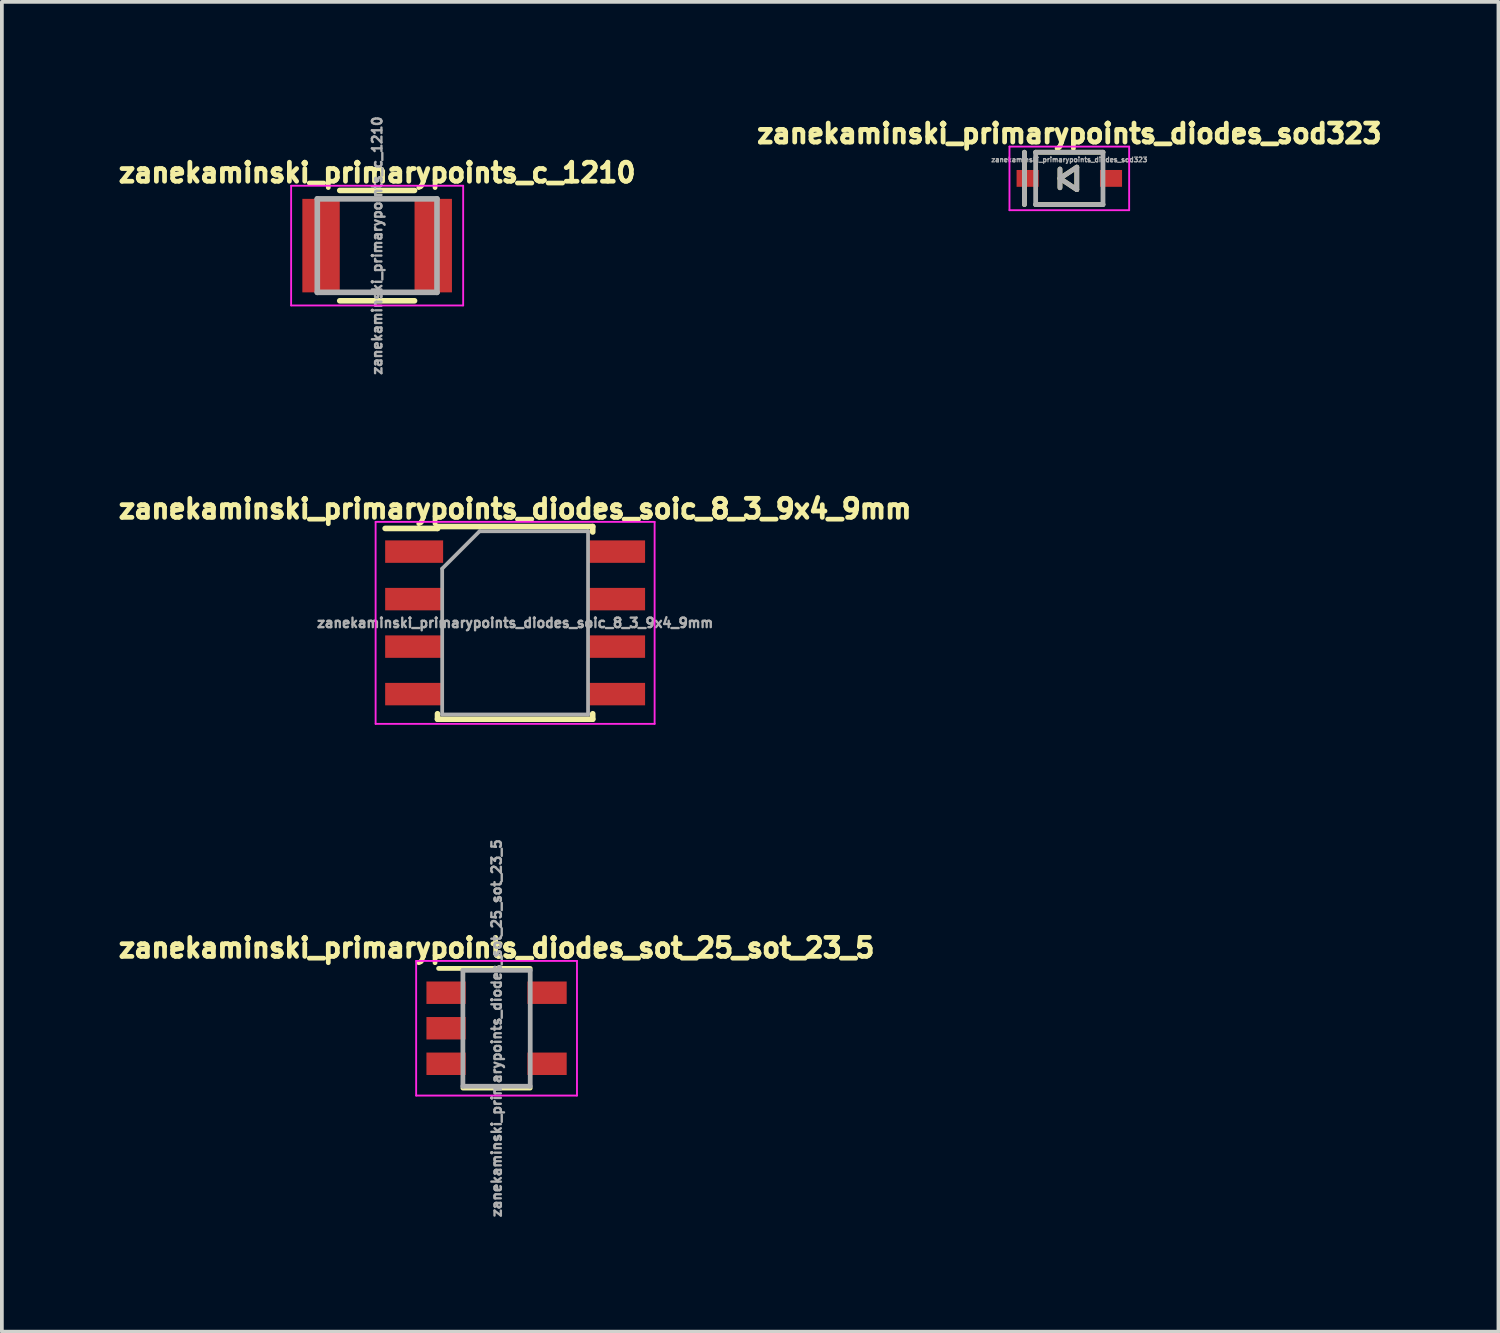
<source format=kicad_pcb>
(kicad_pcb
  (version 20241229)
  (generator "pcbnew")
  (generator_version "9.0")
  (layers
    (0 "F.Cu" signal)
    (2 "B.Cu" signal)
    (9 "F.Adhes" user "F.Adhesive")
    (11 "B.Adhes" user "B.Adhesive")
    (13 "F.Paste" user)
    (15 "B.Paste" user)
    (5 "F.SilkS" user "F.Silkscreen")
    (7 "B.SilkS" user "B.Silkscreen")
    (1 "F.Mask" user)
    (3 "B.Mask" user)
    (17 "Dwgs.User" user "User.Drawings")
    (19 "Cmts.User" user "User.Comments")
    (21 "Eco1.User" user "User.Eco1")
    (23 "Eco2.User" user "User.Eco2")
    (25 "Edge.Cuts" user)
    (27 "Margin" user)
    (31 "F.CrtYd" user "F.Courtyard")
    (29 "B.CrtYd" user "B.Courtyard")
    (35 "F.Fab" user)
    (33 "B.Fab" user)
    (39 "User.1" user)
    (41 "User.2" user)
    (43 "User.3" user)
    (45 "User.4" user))
  (footprint "zanekaminski_primarypoints_diodes_soic_8_3_9x4_9mm"
    (layer "F.Cu")
    (at 10.723 13.604)
    (property "Reference" "zanekaminski_primarypoints_diodes_soic_8_3_9x4_9mm" (at 0 -3.05 0) (layer "F.SilkS") (effects (font (size 0.508 0.508) (thickness 0.127))))
    (attr smd)
    (fp_line (start -2.075 -2.575) (end -2.075 -2.525) (stroke (width 0.15) (type solid)) (layer "F.SilkS"))
    (fp_line (start -2.075 -2.575) (end 2.075 -2.575) (stroke (width 0.15) (type solid)) (layer "F.SilkS"))
    (fp_line (start -2.075 -2.525) (end -3.475 -2.525) (stroke (width 0.15) (type solid)) (layer "F.SilkS"))
    (fp_line (start -2.075 2.575) (end -2.075 2.43) (stroke (width 0.15) (type solid)) (layer "F.SilkS"))
    (fp_line (start -2.075 2.575) (end 2.075 2.575) (stroke (width 0.15) (type solid)) (layer "F.SilkS"))
    (fp_line (start 2.075 -2.575) (end 2.075 -2.43) (stroke (width 0.15) (type solid)) (layer "F.SilkS"))
    (fp_line (start 2.075 2.575) (end 2.075 2.43) (stroke (width 0.15) (type solid)) (layer "F.SilkS"))
    (fp_line (start -3.73 -2.7) (end -3.73 2.7) (stroke (width 0.05) (type solid)) (layer "F.CrtYd"))
    (fp_line (start -3.73 -2.7) (end 3.73 -2.7) (stroke (width 0.05) (type solid)) (layer "F.CrtYd"))
    (fp_line (start -3.73 2.7) (end 3.73 2.7) (stroke (width 0.05) (type solid)) (layer "F.CrtYd"))
    (fp_line (start 3.73 -2.7) (end 3.73 2.7) (stroke (width 0.05) (type solid)) (layer "F.CrtYd"))
    (fp_line (start -1.95 -1.45) (end -0.95 -2.45) (stroke (width 0.1) (type solid)) (layer "F.Fab"))
    (fp_line (start -1.95 2.45) (end -1.95 -1.45) (stroke (width 0.1) (type solid)) (layer "F.Fab"))
    (fp_line (start -0.95 -2.45) (end 1.95 -2.45) (stroke (width 0.1) (type solid)) (layer "F.Fab"))
    (fp_line (start 1.95 -2.45) (end 1.95 2.45) (stroke (width 0.1) (type solid)) (layer "F.Fab"))
    (fp_line (start 1.95 2.45) (end -1.95 2.45) (stroke (width 0.1) (type solid)) (layer "F.Fab"))
    (fp_text user "${REFERENCE}" (at 0 0 0) (layer "F.Fab") (effects (font (size 0.254 0.254) (thickness 0.064))))
    (pad "1" smd rect (at -2.7 -1.905) (size 1.55 0.6) (layers "F.Cu" "F.Mask" "F.Paste"))
    (pad "2" smd rect (at -2.7 -0.635) (size 1.55 0.6) (layers "F.Cu" "F.Mask" "F.Paste"))
    (pad "3" smd rect (at -2.7 0.635) (size 1.55 0.6) (layers "F.Cu" "F.Mask" "F.Paste"))
    (pad "4" smd rect (at -2.7 1.905) (size 1.55 0.6) (layers "F.Cu" "F.Mask" "F.Paste"))
    (pad "5" smd rect (at 2.7 1.905) (size 1.55 0.6) (layers "F.Cu" "F.Mask" "F.Paste"))
    (pad "6" smd rect (at 2.7 0.635) (size 1.55 0.6) (layers "F.Cu" "F.Mask" "F.Paste"))
    (pad "7" smd rect (at 2.7 -0.635) (size 1.55 0.6) (layers "F.Cu" "F.Mask" "F.Paste"))
    (pad "8" smd rect (at 2.7 -1.905) (size 1.55 0.6) (layers "F.Cu" "F.Mask" "F.Paste")))
  (footprint "zanekaminski_primarypoints_c_1210"
    (layer "F.Cu")
    (at 7.034 3.517)
    (property "Reference" "zanekaminski_primarypoints_c_1210" (at 0 -1.95 0) (layer "F.SilkS") (effects (font (size 0.508 0.508) (thickness 0.127))))
    (attr smd)
    (fp_line (start -1 1.475) (end 1 1.475) (stroke (width 0.15) (type solid)) (layer "F.SilkS"))
    (fp_line (start 1 -1.475) (end -1 -1.475) (stroke (width 0.15) (type solid)) (layer "F.SilkS"))
    (fp_line (start -2.3 -1.6) (end -2.3 1.6) (stroke (width 0.05) (type solid)) (layer "F.CrtYd"))
    (fp_line (start -2.3 -1.6) (end 2.3 -1.6) (stroke (width 0.05) (type solid)) (layer "F.CrtYd"))
    (fp_line (start -2.3 1.6) (end 2.3 1.6) (stroke (width 0.05) (type solid)) (layer "F.CrtYd"))
    (fp_line (start 2.3 -1.6) (end 2.3 1.6) (stroke (width 0.05) (type solid)) (layer "F.CrtYd"))
    (fp_line (start -1.6 -1.25) (end 1.6 -1.25) (stroke (width 0.15) (type solid)) (layer "F.Fab"))
    (fp_line (start -1.6 1.25) (end -1.6 -1.25) (stroke (width 0.15) (type solid)) (layer "F.Fab"))
    (fp_line (start 1.6 -1.25) (end 1.6 1.25) (stroke (width 0.15) (type solid)) (layer "F.Fab"))
    (fp_line (start 1.6 1.25) (end -1.6 1.25) (stroke (width 0.15) (type solid)) (layer "F.Fab"))
    (fp_text user "${REFERENCE}" (at 0 0 90) (layer "F.Fab") (effects (font (size 0.254 0.254) (thickness 0.064))))
    (pad "1" smd rect (at -1.5 0) (size 1 2.5) (layers "F.Cu" "F.Mask" "F.Paste"))
    (pad "2" smd rect (at 1.5 0) (size 1 2.5) (layers "F.Cu" "F.Mask" "F.Paste")))
  (footprint "zanekaminski_primarypoints_diodes_sot_25_sot_23_5"
    (layer "F.Cu")
    (at 10.227 24.443)
    (property "Reference" "zanekaminski_primarypoints_diodes_sot_25_sot_23_5" (at 0 -2.15 0) (layer "F.SilkS") (effects (font (size 0.508 0.508) (thickness 0.127))))
    (attr smd)
    (fp_line (start -0.9 1.6) (end 0.9 1.6) (stroke (width 0.127) (type solid)) (layer "F.SilkS"))
    (fp_line (start 0.9 -1.6) (end -1.55 -1.6) (stroke (width 0.127) (type solid)) (layer "F.SilkS"))
    (fp_line (start -2.15 -1.8) (end 2.15 -1.8) (stroke (width 0.05) (type solid)) (layer "F.CrtYd"))
    (fp_line (start -2.15 1.8) (end -2.15 -1.8) (stroke (width 0.05) (type solid)) (layer "F.CrtYd"))
    (fp_line (start 2.15 -1.8) (end 2.15 1.8) (stroke (width 0.05) (type solid)) (layer "F.CrtYd"))
    (fp_line (start 2.15 1.8) (end -2.15 1.8) (stroke (width 0.05) (type solid)) (layer "F.CrtYd"))
    (fp_line (start -0.9 -1.55) (end -0.9 1.55) (stroke (width 0.127) (type solid)) (layer "F.Fab"))
    (fp_line (start 0.9 -1.55) (end -0.9 -1.55) (stroke (width 0.127) (type solid)) (layer "F.Fab"))
    (fp_line (start 0.9 -1.55) (end 0.9 1.55) (stroke (width 0.127) (type solid)) (layer "F.Fab"))
    (fp_line (start 0.9 1.55) (end -0.9 1.55) (stroke (width 0.127) (type solid)) (layer "F.Fab"))
    (fp_text user "${REFERENCE}" (at 0 0 90) (layer "F.Fab") (effects (font (size 0.254 0.254) (thickness 0.064))))
    (pad "1" smd rect (at -1.35 -0.95) (size 1.05 0.6) (layers "F.Cu" "F.Mask" "F.Paste"))
    (pad "2" smd rect (at -1.35 0) (size 1.05 0.6) (layers "F.Cu" "F.Mask" "F.Paste"))
    (pad "3" smd rect (at -1.35 0.95) (size 1.05 0.6) (layers "F.Cu" "F.Mask" "F.Paste"))
    (pad "4" smd rect (at 1.35 0.95) (size 1.05 0.6) (layers "F.Cu" "F.Mask" "F.Paste"))
    (pad "5" smd rect (at 1.35 -0.95) (size 1.05 0.6) (layers "F.Cu" "F.Mask" "F.Paste")))
  (footprint "zanekaminski_primarypoints_diodes_sod323"
    (layer "F.Cu")
    (at 25.541 1.72)
    (property "Reference" "zanekaminski_primarypoints_diodes_sod323" (at 0 -1.2 0) (layer "F.SilkS") (effects (font (size 0.508 0.508) (thickness 0.127))))
    (attr through_hole)
    (fp_line (start -1.2 -0.7) (end -1.2 0.7) (stroke (width 0.127) (type solid)) (layer "F.SilkS"))
    (fp_line (start -0.9 -0.7) (end 0.9 -0.7) (stroke (width 0.127) (type solid)) (layer "F.SilkS"))
    (fp_line (start -0.9 0.7) (end 0.9 0.7) (stroke (width 0.127) (type solid)) (layer "F.SilkS"))
    (fp_line (start -0.25 -0.25) (end -0.25 0.25) (stroke (width 0.127) (type solid)) (layer "F.SilkS"))
    (fp_line (start -0.25 0) (end 0.2 -0.3) (stroke (width 0.127) (type solid)) (layer "F.SilkS"))
    (fp_line (start 0.2 -0.3) (end 0.2 0.3) (stroke (width 0.127) (type solid)) (layer "F.SilkS"))
    (fp_line (start 0.2 0.3) (end -0.25 0) (stroke (width 0.127) (type solid)) (layer "F.SilkS"))
    (fp_line (start -1.6 -0.85) (end 1.6 -0.85) (stroke (width 0.05) (type solid)) (layer "F.CrtYd"))
    (fp_line (start -1.6 0.85) (end -1.6 -0.85) (stroke (width 0.05) (type solid)) (layer "F.CrtYd"))
    (fp_line (start -1.6 0.85) (end 1.6 0.85) (stroke (width 0.05) (type solid)) (layer "F.CrtYd"))
    (fp_line (start 1.6 -0.85) (end 1.6 0.85) (stroke (width 0.05) (type solid)) (layer "F.CrtYd"))
    (fp_line (start -1.2 -0.7) (end -1.2 0.7) (stroke (width 0.127) (type solid)) (layer "F.Fab"))
    (fp_line (start -0.9 -0.7) (end -0.9 0.7) (stroke (width 0.127) (type solid)) (layer "F.Fab"))
    (fp_line (start -0.9 -0.7) (end 0.9 -0.7) (stroke (width 0.127) (type solid)) (layer "F.Fab"))
    (fp_line (start -0.9 0.7) (end 0.9 0.7) (stroke (width 0.127) (type solid)) (layer "F.Fab"))
    (fp_line (start -0.25 -0.25) (end -0.25 0.25) (stroke (width 0.127) (type solid)) (layer "F.Fab"))
    (fp_line (start -0.25 0) (end 0.2 -0.3) (stroke (width 0.127) (type solid)) (layer "F.Fab"))
    (fp_line (start 0.2 -0.3) (end 0.2 0.3) (stroke (width 0.127) (type solid)) (layer "F.Fab"))
    (fp_line (start 0.2 0.3) (end -0.25 0) (stroke (width 0.127) (type solid)) (layer "F.Fab"))
    (fp_line (start 0.9 -0.7) (end 0.9 0.7) (stroke (width 0.127) (type solid)) (layer "F.Fab"))
    (fp_text user "${REFERENCE}" (at 0 -0.5 0) (layer "F.Fab") (effects (font (size 0.127 0.127) (thickness 0.032))))
    (pad "1" smd rect (at -1.115 0) (size 0.59 0.45) (layers "F.Cu" "F.Mask" "F.Paste"))
    (pad "2" smd rect (at 1.115 0) (size 0.59 0.45) (layers "F.Cu" "F.Mask" "F.Paste")))
  (gr_rect
    (start -3 -3)
    (end 37.015 32.556)
    (stroke (width 0.1) (type default))
    (fill no)
    (layer "Edge.Cuts")))
</source>
